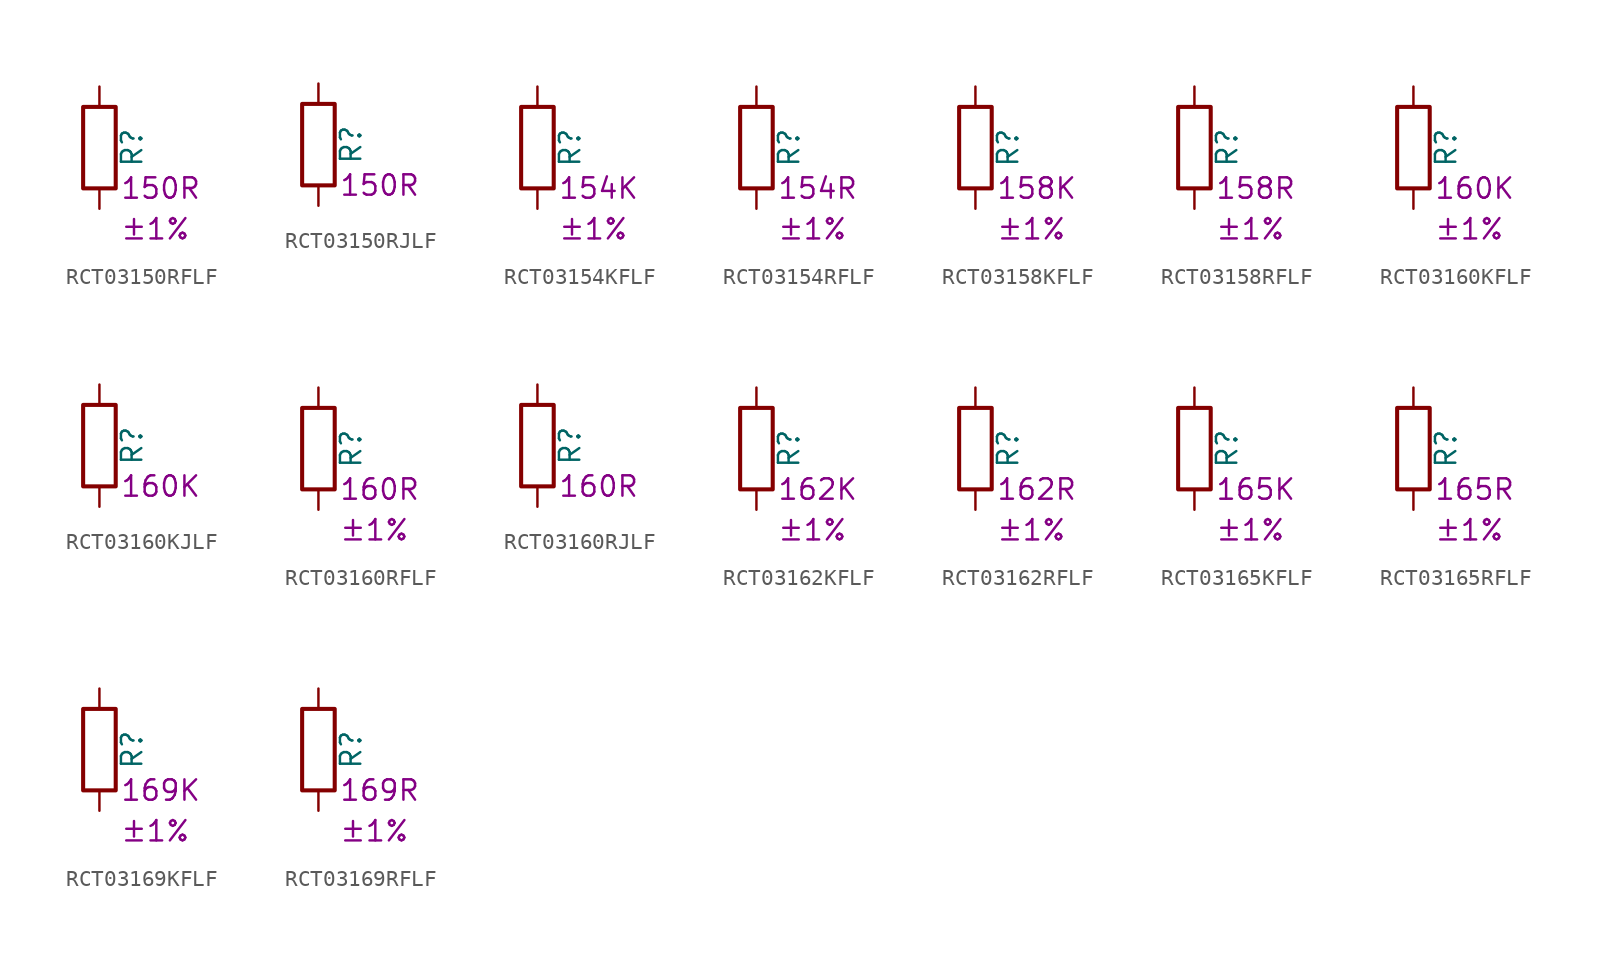
<source format=kicad_sym>
(kicad_symbol_lib
  (version 20220914)
  (generator kicad_symbol_editor)
  (symbol "RCT03150RFLF"
    (pin_numbers hide)
    (pin_names
      (offset 0))
    (property "Reference" "R"
      (at 2.032 0 90)
      (effects (font (size 1.27 1.27))))
    (property "Resistance" "150R"
      (at 1.27 -2.54 0)
      (effects (font (size 1.27 1.27)) (justify left)))
    (property "Tolerance" "±1%"
      (at 1.27 -5.08 0)
      (effects (font (size 1.27 1.27)) (justify left)))
    (symbol "RCT03150RFLF_0_1"
      (rectangle (start -1.016 -2.54) (end 1.016 2.54) (stroke (width 0.254) (type default)) (fill (type none))))
    (symbol "RCT03150RFLF_1_1"
      (pin passive line (at 0 3.81 270) (length 1.27) (name "~" (effects (font (size 1.27 1.27)))) (number "1" (effects (font (size 1.27 1.27)))))
      (pin passive line (at 0 -3.81 90) (length 1.27) (name "~" (effects (font (size 1.27 1.27)))) (number "2" (effects (font (size 1.27 1.27)))))))
  (symbol "RCT03150RJLF"
    (pin_numbers hide)
    (pin_names
      (offset 0))
    (property "Reference" "R"
      (at 2.032 0 90)
      (effects (font (size 1.27 1.27))))
    (property "Resistance" "150R"
      (at 1.27 -2.54 0)
      (effects (font (size 1.27 1.27)) (justify left)))
    (symbol "RCT03150RJLF_0_1"
      (rectangle (start -1.016 -2.54) (end 1.016 2.54) (stroke (width 0.254) (type default)) (fill (type none))))
    (symbol "RCT03150RJLF_1_1"
      (pin passive line (at 0 3.81 270) (length 1.27) (name "~" (effects (font (size 1.27 1.27)))) (number "1" (effects (font (size 1.27 1.27)))))
      (pin passive line (at 0 -3.81 90) (length 1.27) (name "~" (effects (font (size 1.27 1.27)))) (number "2" (effects (font (size 1.27 1.27)))))))
  (symbol "RCT03154KFLF"
    (pin_numbers hide)
    (pin_names
      (offset 0))
    (property "Reference" "R"
      (at 2.032 0 90)
      (effects (font (size 1.27 1.27))))
    (property "Resistance" "154K"
      (at 1.27 -2.54 0)
      (effects (font (size 1.27 1.27)) (justify left)))
    (property "Tolerance" "±1%"
      (at 1.27 -5.08 0)
      (effects (font (size 1.27 1.27)) (justify left)))
    (symbol "RCT03154KFLF_0_1"
      (rectangle (start -1.016 -2.54) (end 1.016 2.54) (stroke (width 0.254) (type default)) (fill (type none))))
    (symbol "RCT03154KFLF_1_1"
      (pin passive line (at 0 3.81 270) (length 1.27) (name "~" (effects (font (size 1.27 1.27)))) (number "1" (effects (font (size 1.27 1.27)))))
      (pin passive line (at 0 -3.81 90) (length 1.27) (name "~" (effects (font (size 1.27 1.27)))) (number "2" (effects (font (size 1.27 1.27)))))))
  (symbol "RCT03154RFLF"
    (pin_numbers hide)
    (pin_names
      (offset 0))
    (property "Reference" "R"
      (at 2.032 0 90)
      (effects (font (size 1.27 1.27))))
    (property "Resistance" "154R"
      (at 1.27 -2.54 0)
      (effects (font (size 1.27 1.27)) (justify left)))
    (property "Tolerance" "±1%"
      (at 1.27 -5.08 0)
      (effects (font (size 1.27 1.27)) (justify left)))
    (symbol "RCT03154RFLF_0_1"
      (rectangle (start -1.016 -2.54) (end 1.016 2.54) (stroke (width 0.254) (type default)) (fill (type none))))
    (symbol "RCT03154RFLF_1_1"
      (pin passive line (at 0 3.81 270) (length 1.27) (name "~" (effects (font (size 1.27 1.27)))) (number "1" (effects (font (size 1.27 1.27)))))
      (pin passive line (at 0 -3.81 90) (length 1.27) (name "~" (effects (font (size 1.27 1.27)))) (number "2" (effects (font (size 1.27 1.27)))))))
  (symbol "RCT03158KFLF"
    (pin_numbers hide)
    (pin_names
      (offset 0))
    (property "Reference" "R"
      (at 2.032 0 90)
      (effects (font (size 1.27 1.27))))
    (property "Resistance" "158K"
      (at 1.27 -2.54 0)
      (effects (font (size 1.27 1.27)) (justify left)))
    (property "Tolerance" "±1%"
      (at 1.27 -5.08 0)
      (effects (font (size 1.27 1.27)) (justify left)))
    (symbol "RCT03158KFLF_0_1"
      (rectangle (start -1.016 -2.54) (end 1.016 2.54) (stroke (width 0.254) (type default)) (fill (type none))))
    (symbol "RCT03158KFLF_1_1"
      (pin passive line (at 0 3.81 270) (length 1.27) (name "~" (effects (font (size 1.27 1.27)))) (number "1" (effects (font (size 1.27 1.27)))))
      (pin passive line (at 0 -3.81 90) (length 1.27) (name "~" (effects (font (size 1.27 1.27)))) (number "2" (effects (font (size 1.27 1.27)))))))
  (symbol "RCT03158RFLF"
    (pin_numbers hide)
    (pin_names
      (offset 0))
    (property "Reference" "R"
      (at 2.032 0 90)
      (effects (font (size 1.27 1.27))))
    (property "Resistance" "158R"
      (at 1.27 -2.54 0)
      (effects (font (size 1.27 1.27)) (justify left)))
    (property "Tolerance" "±1%"
      (at 1.27 -5.08 0)
      (effects (font (size 1.27 1.27)) (justify left)))
    (symbol "RCT03158RFLF_0_1"
      (rectangle (start -1.016 -2.54) (end 1.016 2.54) (stroke (width 0.254) (type default)) (fill (type none))))
    (symbol "RCT03158RFLF_1_1"
      (pin passive line (at 0 3.81 270) (length 1.27) (name "~" (effects (font (size 1.27 1.27)))) (number "1" (effects (font (size 1.27 1.27)))))
      (pin passive line (at 0 -3.81 90) (length 1.27) (name "~" (effects (font (size 1.27 1.27)))) (number "2" (effects (font (size 1.27 1.27)))))))
  (symbol "RCT03160KFLF"
    (pin_numbers hide)
    (pin_names
      (offset 0))
    (property "Reference" "R"
      (at 2.032 0 90)
      (effects (font (size 1.27 1.27))))
    (property "Resistance" "160K"
      (at 1.27 -2.54 0)
      (effects (font (size 1.27 1.27)) (justify left)))
    (property "Tolerance" "±1%"
      (at 1.27 -5.08 0)
      (effects (font (size 1.27 1.27)) (justify left)))
    (symbol "RCT03160KFLF_0_1"
      (rectangle (start -1.016 -2.54) (end 1.016 2.54) (stroke (width 0.254) (type default)) (fill (type none))))
    (symbol "RCT03160KFLF_1_1"
      (pin passive line (at 0 3.81 270) (length 1.27) (name "~" (effects (font (size 1.27 1.27)))) (number "1" (effects (font (size 1.27 1.27)))))
      (pin passive line (at 0 -3.81 90) (length 1.27) (name "~" (effects (font (size 1.27 1.27)))) (number "2" (effects (font (size 1.27 1.27)))))))
  (symbol "RCT03160KJLF"
    (pin_numbers hide)
    (pin_names
      (offset 0))
    (property "Reference" "R"
      (at 2.032 0 90)
      (effects (font (size 1.27 1.27))))
    (property "Resistance" "160K"
      (at 1.27 -2.54 0)
      (effects (font (size 1.27 1.27)) (justify left)))
    (symbol "RCT03160KJLF_0_1"
      (rectangle (start -1.016 -2.54) (end 1.016 2.54) (stroke (width 0.254) (type default)) (fill (type none))))
    (symbol "RCT03160KJLF_1_1"
      (pin passive line (at 0 3.81 270) (length 1.27) (name "~" (effects (font (size 1.27 1.27)))) (number "1" (effects (font (size 1.27 1.27)))))
      (pin passive line (at 0 -3.81 90) (length 1.27) (name "~" (effects (font (size 1.27 1.27)))) (number "2" (effects (font (size 1.27 1.27)))))))
  (symbol "RCT03160RFLF"
    (pin_numbers hide)
    (pin_names
      (offset 0))
    (property "Reference" "R"
      (at 2.032 0 90)
      (effects (font (size 1.27 1.27))))
    (property "Resistance" "160R"
      (at 1.27 -2.54 0)
      (effects (font (size 1.27 1.27)) (justify left)))
    (property "Tolerance" "±1%"
      (at 1.27 -5.08 0)
      (effects (font (size 1.27 1.27)) (justify left)))
    (symbol "RCT03160RFLF_0_1"
      (rectangle (start -1.016 -2.54) (end 1.016 2.54) (stroke (width 0.254) (type default)) (fill (type none))))
    (symbol "RCT03160RFLF_1_1"
      (pin passive line (at 0 3.81 270) (length 1.27) (name "~" (effects (font (size 1.27 1.27)))) (number "1" (effects (font (size 1.27 1.27)))))
      (pin passive line (at 0 -3.81 90) (length 1.27) (name "~" (effects (font (size 1.27 1.27)))) (number "2" (effects (font (size 1.27 1.27)))))))
  (symbol "RCT03160RJLF"
    (pin_numbers hide)
    (pin_names
      (offset 0))
    (property "Reference" "R"
      (at 2.032 0 90)
      (effects (font (size 1.27 1.27))))
    (property "Resistance" "160R"
      (at 1.27 -2.54 0)
      (effects (font (size 1.27 1.27)) (justify left)))
    (symbol "RCT03160RJLF_0_1"
      (rectangle (start -1.016 -2.54) (end 1.016 2.54) (stroke (width 0.254) (type default)) (fill (type none))))
    (symbol "RCT03160RJLF_1_1"
      (pin passive line (at 0 3.81 270) (length 1.27) (name "~" (effects (font (size 1.27 1.27)))) (number "1" (effects (font (size 1.27 1.27)))))
      (pin passive line (at 0 -3.81 90) (length 1.27) (name "~" (effects (font (size 1.27 1.27)))) (number "2" (effects (font (size 1.27 1.27)))))))
  (symbol "RCT03162KFLF"
    (pin_numbers hide)
    (pin_names
      (offset 0))
    (property "Reference" "R"
      (at 2.032 0 90)
      (effects (font (size 1.27 1.27))))
    (property "Resistance" "162K"
      (at 1.27 -2.54 0)
      (effects (font (size 1.27 1.27)) (justify left)))
    (property "Tolerance" "±1%"
      (at 1.27 -5.08 0)
      (effects (font (size 1.27 1.27)) (justify left)))
    (symbol "RCT03162KFLF_0_1"
      (rectangle (start -1.016 -2.54) (end 1.016 2.54) (stroke (width 0.254) (type default)) (fill (type none))))
    (symbol "RCT03162KFLF_1_1"
      (pin passive line (at 0 3.81 270) (length 1.27) (name "~" (effects (font (size 1.27 1.27)))) (number "1" (effects (font (size 1.27 1.27)))))
      (pin passive line (at 0 -3.81 90) (length 1.27) (name "~" (effects (font (size 1.27 1.27)))) (number "2" (effects (font (size 1.27 1.27)))))))
  (symbol "RCT03162RFLF"
    (pin_numbers hide)
    (pin_names
      (offset 0))
    (property "Reference" "R"
      (at 2.032 0 90)
      (effects (font (size 1.27 1.27))))
    (property "Resistance" "162R"
      (at 1.27 -2.54 0)
      (effects (font (size 1.27 1.27)) (justify left)))
    (property "Tolerance" "±1%"
      (at 1.27 -5.08 0)
      (effects (font (size 1.27 1.27)) (justify left)))
    (symbol "RCT03162RFLF_0_1"
      (rectangle (start -1.016 -2.54) (end 1.016 2.54) (stroke (width 0.254) (type default)) (fill (type none))))
    (symbol "RCT03162RFLF_1_1"
      (pin passive line (at 0 3.81 270) (length 1.27) (name "~" (effects (font (size 1.27 1.27)))) (number "1" (effects (font (size 1.27 1.27)))))
      (pin passive line (at 0 -3.81 90) (length 1.27) (name "~" (effects (font (size 1.27 1.27)))) (number "2" (effects (font (size 1.27 1.27)))))))
  (symbol "RCT03165KFLF"
    (pin_numbers hide)
    (pin_names
      (offset 0))
    (property "Reference" "R"
      (at 2.032 0 90)
      (effects (font (size 1.27 1.27))))
    (property "Resistance" "165K"
      (at 1.27 -2.54 0)
      (effects (font (size 1.27 1.27)) (justify left)))
    (property "Tolerance" "±1%"
      (at 1.27 -5.08 0)
      (effects (font (size 1.27 1.27)) (justify left)))
    (symbol "RCT03165KFLF_0_1"
      (rectangle (start -1.016 -2.54) (end 1.016 2.54) (stroke (width 0.254) (type default)) (fill (type none))))
    (symbol "RCT03165KFLF_1_1"
      (pin passive line (at 0 3.81 270) (length 1.27) (name "~" (effects (font (size 1.27 1.27)))) (number "1" (effects (font (size 1.27 1.27)))))
      (pin passive line (at 0 -3.81 90) (length 1.27) (name "~" (effects (font (size 1.27 1.27)))) (number "2" (effects (font (size 1.27 1.27)))))))
  (symbol "RCT03165RFLF"
    (pin_numbers hide)
    (pin_names
      (offset 0))
    (property "Reference" "R"
      (at 2.032 0 90)
      (effects (font (size 1.27 1.27))))
    (property "Resistance" "165R"
      (at 1.27 -2.54 0)
      (effects (font (size 1.27 1.27)) (justify left)))
    (property "Tolerance" "±1%"
      (at 1.27 -5.08 0)
      (effects (font (size 1.27 1.27)) (justify left)))
    (symbol "RCT03165RFLF_0_1"
      (rectangle (start -1.016 -2.54) (end 1.016 2.54) (stroke (width 0.254) (type default)) (fill (type none))))
    (symbol "RCT03165RFLF_1_1"
      (pin passive line (at 0 3.81 270) (length 1.27) (name "~" (effects (font (size 1.27 1.27)))) (number "1" (effects (font (size 1.27 1.27)))))
      (pin passive line (at 0 -3.81 90) (length 1.27) (name "~" (effects (font (size 1.27 1.27)))) (number "2" (effects (font (size 1.27 1.27)))))))
  (symbol "RCT03169KFLF"
    (pin_numbers hide)
    (pin_names
      (offset 0))
    (property "Reference" "R"
      (at 2.032 0 90)
      (effects (font (size 1.27 1.27))))
    (property "Resistance" "169K"
      (at 1.27 -2.54 0)
      (effects (font (size 1.27 1.27)) (justify left)))
    (property "Tolerance" "±1%"
      (at 1.27 -5.08 0)
      (effects (font (size 1.27 1.27)) (justify left)))
    (symbol "RCT03169KFLF_0_1"
      (rectangle (start -1.016 -2.54) (end 1.016 2.54) (stroke (width 0.254) (type default)) (fill (type none))))
    (symbol "RCT03169KFLF_1_1"
      (pin passive line (at 0 3.81 270) (length 1.27) (name "~" (effects (font (size 1.27 1.27)))) (number "1" (effects (font (size 1.27 1.27)))))
      (pin passive line (at 0 -3.81 90) (length 1.27) (name "~" (effects (font (size 1.27 1.27)))) (number "2" (effects (font (size 1.27 1.27)))))))
  (symbol "RCT03169RFLF"
    (pin_numbers hide)
    (pin_names
      (offset 0))
    (property "Reference" "R"
      (at 2.032 0 90)
      (effects (font (size 1.27 1.27))))
    (property "Resistance" "169R"
      (at 1.27 -2.54 0)
      (effects (font (size 1.27 1.27)) (justify left)))
    (property "Tolerance" "±1%"
      (at 1.27 -5.08 0)
      (effects (font (size 1.27 1.27)) (justify left)))
    (symbol "RCT03169RFLF_0_1"
      (rectangle (start -1.016 -2.54) (end 1.016 2.54) (stroke (width 0.254) (type default)) (fill (type none))))
    (symbol "RCT03169RFLF_1_1"
      (pin passive line (at 0 3.81 270) (length 1.27) (name "~" (effects (font (size 1.27 1.27)))) (number "1" (effects (font (size 1.27 1.27)))))
      (pin passive line (at 0 -3.81 90) (length 1.27) (name "~" (effects (font (size 1.27 1.27)))) (number "2" (effects (font (size 1.27 1.27))))))))
</source>
